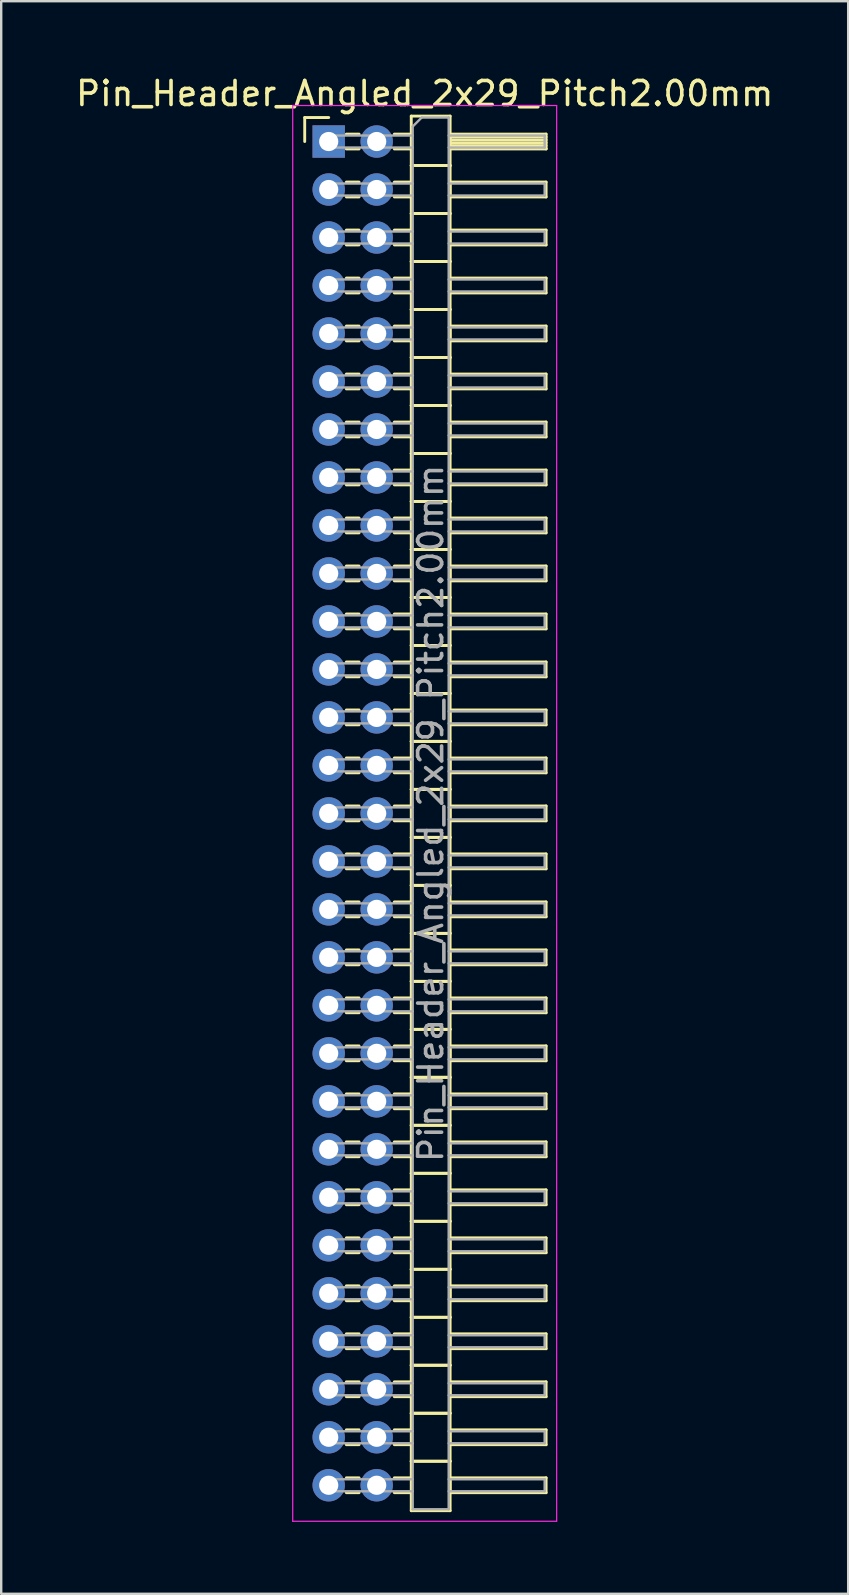
<source format=kicad_pcb>
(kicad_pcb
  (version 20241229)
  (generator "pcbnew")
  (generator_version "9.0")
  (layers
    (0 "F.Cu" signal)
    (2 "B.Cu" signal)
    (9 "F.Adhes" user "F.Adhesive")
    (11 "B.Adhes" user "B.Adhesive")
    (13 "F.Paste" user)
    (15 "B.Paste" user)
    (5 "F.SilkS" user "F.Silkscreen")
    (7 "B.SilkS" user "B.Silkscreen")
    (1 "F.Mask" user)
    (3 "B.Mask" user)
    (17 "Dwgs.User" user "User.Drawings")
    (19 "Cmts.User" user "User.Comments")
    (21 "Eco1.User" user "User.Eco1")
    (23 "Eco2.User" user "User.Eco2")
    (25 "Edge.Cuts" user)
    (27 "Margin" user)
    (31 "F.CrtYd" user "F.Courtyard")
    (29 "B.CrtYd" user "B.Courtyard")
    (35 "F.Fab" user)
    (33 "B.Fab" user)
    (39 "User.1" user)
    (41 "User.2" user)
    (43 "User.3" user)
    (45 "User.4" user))
  (footprint "Pin_Header_Angled_2x29_Pitch2.00mm"
    (layer "F.Cu")
    (at 10.649 2.848)
    (property "Reference" "Pin_Header_Angled_2x29_Pitch2.00mm" (at 4 -2 0) (layer "F.SilkS") (effects (font (size 1 1) (thickness 0.15))))
    (attr through_hole)
    (fp_line (start -1 -1) (end 0 -1) (stroke (width 0.12) (type solid)) (layer "F.SilkS"))
    (fp_line (start -1 0) (end -1 -1) (stroke (width 0.12) (type solid)) (layer "F.SilkS"))
    (fp_line (start 0.735 -0.31) (end 1.265 -0.31) (stroke (width 0.12) (type solid)) (layer "F.SilkS"))
    (fp_line (start 0.735 0.31) (end 1.265 0.31) (stroke (width 0.12) (type solid)) (layer "F.SilkS"))
    (fp_line (start 0.735 1.69) (end 1.265 1.69) (stroke (width 0.12) (type solid)) (layer "F.SilkS"))
    (fp_line (start 0.735 2.31) (end 1.265 2.31) (stroke (width 0.12) (type solid)) (layer "F.SilkS"))
    (fp_line (start 0.735 3.69) (end 1.265 3.69) (stroke (width 0.12) (type solid)) (layer "F.SilkS"))
    (fp_line (start 0.735 4.31) (end 1.265 4.31) (stroke (width 0.12) (type solid)) (layer "F.SilkS"))
    (fp_line (start 0.735 5.69) (end 1.265 5.69) (stroke (width 0.12) (type solid)) (layer "F.SilkS"))
    (fp_line (start 0.735 6.31) (end 1.265 6.31) (stroke (width 0.12) (type solid)) (layer "F.SilkS"))
    (fp_line (start 0.735 7.69) (end 1.265 7.69) (stroke (width 0.12) (type solid)) (layer "F.SilkS"))
    (fp_line (start 0.735 8.31) (end 1.265 8.31) (stroke (width 0.12) (type solid)) (layer "F.SilkS"))
    (fp_line (start 0.735 9.69) (end 1.265 9.69) (stroke (width 0.12) (type solid)) (layer "F.SilkS"))
    (fp_line (start 0.735 10.31) (end 1.265 10.31) (stroke (width 0.12) (type solid)) (layer "F.SilkS"))
    (fp_line (start 0.735 11.69) (end 1.265 11.69) (stroke (width 0.12) (type solid)) (layer "F.SilkS"))
    (fp_line (start 0.735 12.31) (end 1.265 12.31) (stroke (width 0.12) (type solid)) (layer "F.SilkS"))
    (fp_line (start 0.735 13.69) (end 1.265 13.69) (stroke (width 0.12) (type solid)) (layer "F.SilkS"))
    (fp_line (start 0.735 14.31) (end 1.265 14.31) (stroke (width 0.12) (type solid)) (layer "F.SilkS"))
    (fp_line (start 0.735 15.69) (end 1.265 15.69) (stroke (width 0.12) (type solid)) (layer "F.SilkS"))
    (fp_line (start 0.735 16.31) (end 1.265 16.31) (stroke (width 0.12) (type solid)) (layer "F.SilkS"))
    (fp_line (start 0.735 17.69) (end 1.265 17.69) (stroke (width 0.12) (type solid)) (layer "F.SilkS"))
    (fp_line (start 0.735 18.31) (end 1.265 18.31) (stroke (width 0.12) (type solid)) (layer "F.SilkS"))
    (fp_line (start 0.735 19.69) (end 1.265 19.69) (stroke (width 0.12) (type solid)) (layer "F.SilkS"))
    (fp_line (start 0.735 20.31) (end 1.265 20.31) (stroke (width 0.12) (type solid)) (layer "F.SilkS"))
    (fp_line (start 0.735 21.69) (end 1.265 21.69) (stroke (width 0.12) (type solid)) (layer "F.SilkS"))
    (fp_line (start 0.735 22.31) (end 1.265 22.31) (stroke (width 0.12) (type solid)) (layer "F.SilkS"))
    (fp_line (start 0.735 23.69) (end 1.265 23.69) (stroke (width 0.12) (type solid)) (layer "F.SilkS"))
    (fp_line (start 0.735 24.31) (end 1.265 24.31) (stroke (width 0.12) (type solid)) (layer "F.SilkS"))
    (fp_line (start 0.735 25.69) (end 1.265 25.69) (stroke (width 0.12) (type solid)) (layer "F.SilkS"))
    (fp_line (start 0.735 26.31) (end 1.265 26.31) (stroke (width 0.12) (type solid)) (layer "F.SilkS"))
    (fp_line (start 0.735 27.69) (end 1.265 27.69) (stroke (width 0.12) (type solid)) (layer "F.SilkS"))
    (fp_line (start 0.735 28.31) (end 1.265 28.31) (stroke (width 0.12) (type solid)) (layer "F.SilkS"))
    (fp_line (start 0.735 29.69) (end 1.265 29.69) (stroke (width 0.12) (type solid)) (layer "F.SilkS"))
    (fp_line (start 0.735 30.31) (end 1.265 30.31) (stroke (width 0.12) (type solid)) (layer "F.SilkS"))
    (fp_line (start 0.735 31.69) (end 1.265 31.69) (stroke (width 0.12) (type solid)) (layer "F.SilkS"))
    (fp_line (start 0.735 32.31) (end 1.265 32.31) (stroke (width 0.12) (type solid)) (layer "F.SilkS"))
    (fp_line (start 0.735 33.69) (end 1.265 33.69) (stroke (width 0.12) (type solid)) (layer "F.SilkS"))
    (fp_line (start 0.735 34.31) (end 1.265 34.31) (stroke (width 0.12) (type solid)) (layer "F.SilkS"))
    (fp_line (start 0.735 35.69) (end 1.265 35.69) (stroke (width 0.12) (type solid)) (layer "F.SilkS"))
    (fp_line (start 0.735 36.31) (end 1.265 36.31) (stroke (width 0.12) (type solid)) (layer "F.SilkS"))
    (fp_line (start 0.735 37.69) (end 1.265 37.69) (stroke (width 0.12) (type solid)) (layer "F.SilkS"))
    (fp_line (start 0.735 38.31) (end 1.265 38.31) (stroke (width 0.12) (type solid)) (layer "F.SilkS"))
    (fp_line (start 0.735 39.69) (end 1.265 39.69) (stroke (width 0.12) (type solid)) (layer "F.SilkS"))
    (fp_line (start 0.735 40.31) (end 1.265 40.31) (stroke (width 0.12) (type solid)) (layer "F.SilkS"))
    (fp_line (start 0.735 41.69) (end 1.265 41.69) (stroke (width 0.12) (type solid)) (layer "F.SilkS"))
    (fp_line (start 0.735 42.31) (end 1.265 42.31) (stroke (width 0.12) (type solid)) (layer "F.SilkS"))
    (fp_line (start 0.735 43.69) (end 1.265 43.69) (stroke (width 0.12) (type solid)) (layer "F.SilkS"))
    (fp_line (start 0.735 44.31) (end 1.265 44.31) (stroke (width 0.12) (type solid)) (layer "F.SilkS"))
    (fp_line (start 0.735 45.69) (end 1.265 45.69) (stroke (width 0.12) (type solid)) (layer "F.SilkS"))
    (fp_line (start 0.735 46.31) (end 1.265 46.31) (stroke (width 0.12) (type solid)) (layer "F.SilkS"))
    (fp_line (start 0.735 47.69) (end 1.265 47.69) (stroke (width 0.12) (type solid)) (layer "F.SilkS"))
    (fp_line (start 0.735 48.31) (end 1.265 48.31) (stroke (width 0.12) (type solid)) (layer "F.SilkS"))
    (fp_line (start 0.735 49.69) (end 1.265 49.69) (stroke (width 0.12) (type solid)) (layer "F.SilkS"))
    (fp_line (start 0.735 50.31) (end 1.265 50.31) (stroke (width 0.12) (type solid)) (layer "F.SilkS"))
    (fp_line (start 0.735 51.69) (end 1.265 51.69) (stroke (width 0.12) (type solid)) (layer "F.SilkS"))
    (fp_line (start 0.735 52.31) (end 1.265 52.31) (stroke (width 0.12) (type solid)) (layer "F.SilkS"))
    (fp_line (start 0.735 53.69) (end 1.265 53.69) (stroke (width 0.12) (type solid)) (layer "F.SilkS"))
    (fp_line (start 0.735 54.31) (end 1.265 54.31) (stroke (width 0.12) (type solid)) (layer "F.SilkS"))
    (fp_line (start 0.735 55.69) (end 1.265 55.69) (stroke (width 0.12) (type solid)) (layer "F.SilkS"))
    (fp_line (start 0.735 56.31) (end 1.265 56.31) (stroke (width 0.12) (type solid)) (layer "F.SilkS"))
    (fp_line (start 2.735 -0.31) (end 3.44 -0.31) (stroke (width 0.12) (type solid)) (layer "F.SilkS"))
    (fp_line (start 2.735 0.31) (end 3.44 0.31) (stroke (width 0.12) (type solid)) (layer "F.SilkS"))
    (fp_line (start 2.735 1.69) (end 3.44 1.69) (stroke (width 0.12) (type solid)) (layer "F.SilkS"))
    (fp_line (start 2.735 2.31) (end 3.44 2.31) (stroke (width 0.12) (type solid)) (layer "F.SilkS"))
    (fp_line (start 2.735 3.69) (end 3.44 3.69) (stroke (width 0.12) (type solid)) (layer "F.SilkS"))
    (fp_line (start 2.735 4.31) (end 3.44 4.31) (stroke (width 0.12) (type solid)) (layer "F.SilkS"))
    (fp_line (start 2.735 5.69) (end 3.44 5.69) (stroke (width 0.12) (type solid)) (layer "F.SilkS"))
    (fp_line (start 2.735 6.31) (end 3.44 6.31) (stroke (width 0.12) (type solid)) (layer "F.SilkS"))
    (fp_line (start 2.735 7.69) (end 3.44 7.69) (stroke (width 0.12) (type solid)) (layer "F.SilkS"))
    (fp_line (start 2.735 8.31) (end 3.44 8.31) (stroke (width 0.12) (type solid)) (layer "F.SilkS"))
    (fp_line (start 2.735 9.69) (end 3.44 9.69) (stroke (width 0.12) (type solid)) (layer "F.SilkS"))
    (fp_line (start 2.735 10.31) (end 3.44 10.31) (stroke (width 0.12) (type solid)) (layer "F.SilkS"))
    (fp_line (start 2.735 11.69) (end 3.44 11.69) (stroke (width 0.12) (type solid)) (layer "F.SilkS"))
    (fp_line (start 2.735 12.31) (end 3.44 12.31) (stroke (width 0.12) (type solid)) (layer "F.SilkS"))
    (fp_line (start 2.735 13.69) (end 3.44 13.69) (stroke (width 0.12) (type solid)) (layer "F.SilkS"))
    (fp_line (start 2.735 14.31) (end 3.44 14.31) (stroke (width 0.12) (type solid)) (layer "F.SilkS"))
    (fp_line (start 2.735 15.69) (end 3.44 15.69) (stroke (width 0.12) (type solid)) (layer "F.SilkS"))
    (fp_line (start 2.735 16.31) (end 3.44 16.31) (stroke (width 0.12) (type solid)) (layer "F.SilkS"))
    (fp_line (start 2.735 17.69) (end 3.44 17.69) (stroke (width 0.12) (type solid)) (layer "F.SilkS"))
    (fp_line (start 2.735 18.31) (end 3.44 18.31) (stroke (width 0.12) (type solid)) (layer "F.SilkS"))
    (fp_line (start 2.735 19.69) (end 3.44 19.69) (stroke (width 0.12) (type solid)) (layer "F.SilkS"))
    (fp_line (start 2.735 20.31) (end 3.44 20.31) (stroke (width 0.12) (type solid)) (layer "F.SilkS"))
    (fp_line (start 2.735 21.69) (end 3.44 21.69) (stroke (width 0.12) (type solid)) (layer "F.SilkS"))
    (fp_line (start 2.735 22.31) (end 3.44 22.31) (stroke (width 0.12) (type solid)) (layer "F.SilkS"))
    (fp_line (start 2.735 23.69) (end 3.44 23.69) (stroke (width 0.12) (type solid)) (layer "F.SilkS"))
    (fp_line (start 2.735 24.31) (end 3.44 24.31) (stroke (width 0.12) (type solid)) (layer "F.SilkS"))
    (fp_line (start 2.735 25.69) (end 3.44 25.69) (stroke (width 0.12) (type solid)) (layer "F.SilkS"))
    (fp_line (start 2.735 26.31) (end 3.44 26.31) (stroke (width 0.12) (type solid)) (layer "F.SilkS"))
    (fp_line (start 2.735 27.69) (end 3.44 27.69) (stroke (width 0.12) (type solid)) (layer "F.SilkS"))
    (fp_line (start 2.735 28.31) (end 3.44 28.31) (stroke (width 0.12) (type solid)) (layer "F.SilkS"))
    (fp_line (start 2.735 29.69) (end 3.44 29.69) (stroke (width 0.12) (type solid)) (layer "F.SilkS"))
    (fp_line (start 2.735 30.31) (end 3.44 30.31) (stroke (width 0.12) (type solid)) (layer "F.SilkS"))
    (fp_line (start 2.735 31.69) (end 3.44 31.69) (stroke (width 0.12) (type solid)) (layer "F.SilkS"))
    (fp_line (start 2.735 32.31) (end 3.44 32.31) (stroke (width 0.12) (type solid)) (layer "F.SilkS"))
    (fp_line (start 2.735 33.69) (end 3.44 33.69) (stroke (width 0.12) (type solid)) (layer "F.SilkS"))
    (fp_line (start 2.735 34.31) (end 3.44 34.31) (stroke (width 0.12) (type solid)) (layer "F.SilkS"))
    (fp_line (start 2.735 35.69) (end 3.44 35.69) (stroke (width 0.12) (type solid)) (layer "F.SilkS"))
    (fp_line (start 2.735 36.31) (end 3.44 36.31) (stroke (width 0.12) (type solid)) (layer "F.SilkS"))
    (fp_line (start 2.735 37.69) (end 3.44 37.69) (stroke (width 0.12) (type solid)) (layer "F.SilkS"))
    (fp_line (start 2.735 38.31) (end 3.44 38.31) (stroke (width 0.12) (type solid)) (layer "F.SilkS"))
    (fp_line (start 2.735 39.69) (end 3.44 39.69) (stroke (width 0.12) (type solid)) (layer "F.SilkS"))
    (fp_line (start 2.735 40.31) (end 3.44 40.31) (stroke (width 0.12) (type solid)) (layer "F.SilkS"))
    (fp_line (start 2.735 41.69) (end 3.44 41.69) (stroke (width 0.12) (type solid)) (layer "F.SilkS"))
    (fp_line (start 2.735 42.31) (end 3.44 42.31) (stroke (width 0.12) (type solid)) (layer "F.SilkS"))
    (fp_line (start 2.735 43.69) (end 3.44 43.69) (stroke (width 0.12) (type solid)) (layer "F.SilkS"))
    (fp_line (start 2.735 44.31) (end 3.44 44.31) (stroke (width 0.12) (type solid)) (layer "F.SilkS"))
    (fp_line (start 2.735 45.69) (end 3.44 45.69) (stroke (width 0.12) (type solid)) (layer "F.SilkS"))
    (fp_line (start 2.735 46.31) (end 3.44 46.31) (stroke (width 0.12) (type solid)) (layer "F.SilkS"))
    (fp_line (start 2.735 47.69) (end 3.44 47.69) (stroke (width 0.12) (type solid)) (layer "F.SilkS"))
    (fp_line (start 2.735 48.31) (end 3.44 48.31) (stroke (width 0.12) (type solid)) (layer "F.SilkS"))
    (fp_line (start 2.735 49.69) (end 3.44 49.69) (stroke (width 0.12) (type solid)) (layer "F.SilkS"))
    (fp_line (start 2.735 50.31) (end 3.44 50.31) (stroke (width 0.12) (type solid)) (layer "F.SilkS"))
    (fp_line (start 2.735 51.69) (end 3.44 51.69) (stroke (width 0.12) (type solid)) (layer "F.SilkS"))
    (fp_line (start 2.735 52.31) (end 3.44 52.31) (stroke (width 0.12) (type solid)) (layer "F.SilkS"))
    (fp_line (start 2.735 53.69) (end 3.44 53.69) (stroke (width 0.12) (type solid)) (layer "F.SilkS"))
    (fp_line (start 2.735 54.31) (end 3.44 54.31) (stroke (width 0.12) (type solid)) (layer "F.SilkS"))
    (fp_line (start 2.735 55.69) (end 3.44 55.69) (stroke (width 0.12) (type solid)) (layer "F.SilkS"))
    (fp_line (start 2.735 56.31) (end 3.44 56.31) (stroke (width 0.12) (type solid)) (layer "F.SilkS"))
    (fp_line (start 3.44 -1.06) (end 3.44 1) (stroke (width 0.12) (type solid)) (layer "F.SilkS"))
    (fp_line (start 3.44 1) (end 3.44 3) (stroke (width 0.12) (type solid)) (layer "F.SilkS"))
    (fp_line (start 3.44 1) (end 5.06 1) (stroke (width 0.12) (type solid)) (layer "F.SilkS"))
    (fp_line (start 3.44 3) (end 3.44 5) (stroke (width 0.12) (type solid)) (layer "F.SilkS"))
    (fp_line (start 3.44 3) (end 5.06 3) (stroke (width 0.12) (type solid)) (layer "F.SilkS"))
    (fp_line (start 3.44 5) (end 3.44 7) (stroke (width 0.12) (type solid)) (layer "F.SilkS"))
    (fp_line (start 3.44 5) (end 5.06 5) (stroke (width 0.12) (type solid)) (layer "F.SilkS"))
    (fp_line (start 3.44 7) (end 3.44 9) (stroke (width 0.12) (type solid)) (layer "F.SilkS"))
    (fp_line (start 3.44 7) (end 5.06 7) (stroke (width 0.12) (type solid)) (layer "F.SilkS"))
    (fp_line (start 3.44 9) (end 3.44 11) (stroke (width 0.12) (type solid)) (layer "F.SilkS"))
    (fp_line (start 3.44 9) (end 5.06 9) (stroke (width 0.12) (type solid)) (layer "F.SilkS"))
    (fp_line (start 3.44 11) (end 3.44 13) (stroke (width 0.12) (type solid)) (layer "F.SilkS"))
    (fp_line (start 3.44 11) (end 5.06 11) (stroke (width 0.12) (type solid)) (layer "F.SilkS"))
    (fp_line (start 3.44 13) (end 3.44 15) (stroke (width 0.12) (type solid)) (layer "F.SilkS"))
    (fp_line (start 3.44 13) (end 5.06 13) (stroke (width 0.12) (type solid)) (layer "F.SilkS"))
    (fp_line (start 3.44 15) (end 3.44 17) (stroke (width 0.12) (type solid)) (layer "F.SilkS"))
    (fp_line (start 3.44 15) (end 5.06 15) (stroke (width 0.12) (type solid)) (layer "F.SilkS"))
    (fp_line (start 3.44 17) (end 3.44 19) (stroke (width 0.12) (type solid)) (layer "F.SilkS"))
    (fp_line (start 3.44 17) (end 5.06 17) (stroke (width 0.12) (type solid)) (layer "F.SilkS"))
    (fp_line (start 3.44 19) (end 3.44 21) (stroke (width 0.12) (type solid)) (layer "F.SilkS"))
    (fp_line (start 3.44 19) (end 5.06 19) (stroke (width 0.12) (type solid)) (layer "F.SilkS"))
    (fp_line (start 3.44 21) (end 3.44 23) (stroke (width 0.12) (type solid)) (layer "F.SilkS"))
    (fp_line (start 3.44 21) (end 5.06 21) (stroke (width 0.12) (type solid)) (layer "F.SilkS"))
    (fp_line (start 3.44 23) (end 3.44 25) (stroke (width 0.12) (type solid)) (layer "F.SilkS"))
    (fp_line (start 3.44 23) (end 5.06 23) (stroke (width 0.12) (type solid)) (layer "F.SilkS"))
    (fp_line (start 3.44 25) (end 3.44 27) (stroke (width 0.12) (type solid)) (layer "F.SilkS"))
    (fp_line (start 3.44 25) (end 5.06 25) (stroke (width 0.12) (type solid)) (layer "F.SilkS"))
    (fp_line (start 3.44 27) (end 3.44 29) (stroke (width 0.12) (type solid)) (layer "F.SilkS"))
    (fp_line (start 3.44 27) (end 5.06 27) (stroke (width 0.12) (type solid)) (layer "F.SilkS"))
    (fp_line (start 3.44 29) (end 3.44 31) (stroke (width 0.12) (type solid)) (layer "F.SilkS"))
    (fp_line (start 3.44 29) (end 5.06 29) (stroke (width 0.12) (type solid)) (layer "F.SilkS"))
    (fp_line (start 3.44 31) (end 3.44 33) (stroke (width 0.12) (type solid)) (layer "F.SilkS"))
    (fp_line (start 3.44 31) (end 5.06 31) (stroke (width 0.12) (type solid)) (layer "F.SilkS"))
    (fp_line (start 3.44 33) (end 3.44 35) (stroke (width 0.12) (type solid)) (layer "F.SilkS"))
    (fp_line (start 3.44 33) (end 5.06 33) (stroke (width 0.12) (type solid)) (layer "F.SilkS"))
    (fp_line (start 3.44 35) (end 3.44 37) (stroke (width 0.12) (type solid)) (layer "F.SilkS"))
    (fp_line (start 3.44 35) (end 5.06 35) (stroke (width 0.12) (type solid)) (layer "F.SilkS"))
    (fp_line (start 3.44 37) (end 3.44 39) (stroke (width 0.12) (type solid)) (layer "F.SilkS"))
    (fp_line (start 3.44 37) (end 5.06 37) (stroke (width 0.12) (type solid)) (layer "F.SilkS"))
    (fp_line (start 3.44 39) (end 3.44 41) (stroke (width 0.12) (type solid)) (layer "F.SilkS"))
    (fp_line (start 3.44 39) (end 5.06 39) (stroke (width 0.12) (type solid)) (layer "F.SilkS"))
    (fp_line (start 3.44 41) (end 3.44 43) (stroke (width 0.12) (type solid)) (layer "F.SilkS"))
    (fp_line (start 3.44 41) (end 5.06 41) (stroke (width 0.12) (type solid)) (layer "F.SilkS"))
    (fp_line (start 3.44 43) (end 3.44 45) (stroke (width 0.12) (type solid)) (layer "F.SilkS"))
    (fp_line (start 3.44 43) (end 5.06 43) (stroke (width 0.12) (type solid)) (layer "F.SilkS"))
    (fp_line (start 3.44 45) (end 3.44 47) (stroke (width 0.12) (type solid)) (layer "F.SilkS"))
    (fp_line (start 3.44 45) (end 5.06 45) (stroke (width 0.12) (type solid)) (layer "F.SilkS"))
    (fp_line (start 3.44 47) (end 3.44 49) (stroke (width 0.12) (type solid)) (layer "F.SilkS"))
    (fp_line (start 3.44 47) (end 5.06 47) (stroke (width 0.12) (type solid)) (layer "F.SilkS"))
    (fp_line (start 3.44 49) (end 3.44 51) (stroke (width 0.12) (type solid)) (layer "F.SilkS"))
    (fp_line (start 3.44 49) (end 5.06 49) (stroke (width 0.12) (type solid)) (layer "F.SilkS"))
    (fp_line (start 3.44 51) (end 3.44 53) (stroke (width 0.12) (type solid)) (layer "F.SilkS"))
    (fp_line (start 3.44 51) (end 5.06 51) (stroke (width 0.12) (type solid)) (layer "F.SilkS"))
    (fp_line (start 3.44 53) (end 3.44 55) (stroke (width 0.12) (type solid)) (layer "F.SilkS"))
    (fp_line (start 3.44 53) (end 5.06 53) (stroke (width 0.12) (type solid)) (layer "F.SilkS"))
    (fp_line (start 3.44 55) (end 3.44 57.06) (stroke (width 0.12) (type solid)) (layer "F.SilkS"))
    (fp_line (start 3.44 55) (end 5.06 55) (stroke (width 0.12) (type solid)) (layer "F.SilkS"))
    (fp_line (start 3.44 57.06) (end 5.06 57.06) (stroke (width 0.12) (type solid)) (layer "F.SilkS"))
    (fp_line (start 5.06 -1.06) (end 3.44 -1.06) (stroke (width 0.12) (type solid)) (layer "F.SilkS"))
    (fp_line (start 5.06 -0.31) (end 5.06 0.31) (stroke (width 0.12) (type solid)) (layer "F.SilkS"))
    (fp_line (start 5.06 -0.19) (end 9.06 -0.19) (stroke (width 0.12) (type solid)) (layer "F.SilkS"))
    (fp_line (start 5.06 -0.07) (end 9.06 -0.07) (stroke (width 0.12) (type solid)) (layer "F.SilkS"))
    (fp_line (start 5.06 0.05) (end 9.06 0.05) (stroke (width 0.12) (type solid)) (layer "F.SilkS"))
    (fp_line (start 5.06 0.17) (end 9.06 0.17) (stroke (width 0.12) (type solid)) (layer "F.SilkS"))
    (fp_line (start 5.06 0.29) (end 9.06 0.29) (stroke (width 0.12) (type solid)) (layer "F.SilkS"))
    (fp_line (start 5.06 0.31) (end 9.06 0.31) (stroke (width 0.12) (type solid)) (layer "F.SilkS"))
    (fp_line (start 5.06 1) (end 3.44 1) (stroke (width 0.12) (type solid)) (layer "F.SilkS"))
    (fp_line (start 5.06 1) (end 5.06 -1.06) (stroke (width 0.12) (type solid)) (layer "F.SilkS"))
    (fp_line (start 5.06 1.69) (end 5.06 2.31) (stroke (width 0.12) (type solid)) (layer "F.SilkS"))
    (fp_line (start 5.06 2.31) (end 9.06 2.31) (stroke (width 0.12) (type solid)) (layer "F.SilkS"))
    (fp_line (start 5.06 3) (end 3.44 3) (stroke (width 0.12) (type solid)) (layer "F.SilkS"))
    (fp_line (start 5.06 3) (end 5.06 1) (stroke (width 0.12) (type solid)) (layer "F.SilkS"))
    (fp_line (start 5.06 3.69) (end 5.06 4.31) (stroke (width 0.12) (type solid)) (layer "F.SilkS"))
    (fp_line (start 5.06 4.31) (end 9.06 4.31) (stroke (width 0.12) (type solid)) (layer "F.SilkS"))
    (fp_line (start 5.06 5) (end 3.44 5) (stroke (width 0.12) (type solid)) (layer "F.SilkS"))
    (fp_line (start 5.06 5) (end 5.06 3) (stroke (width 0.12) (type solid)) (layer "F.SilkS"))
    (fp_line (start 5.06 5.69) (end 5.06 6.31) (stroke (width 0.12) (type solid)) (layer "F.SilkS"))
    (fp_line (start 5.06 6.31) (end 9.06 6.31) (stroke (width 0.12) (type solid)) (layer "F.SilkS"))
    (fp_line (start 5.06 7) (end 3.44 7) (stroke (width 0.12) (type solid)) (layer "F.SilkS"))
    (fp_line (start 5.06 7) (end 5.06 5) (stroke (width 0.12) (type solid)) (layer "F.SilkS"))
    (fp_line (start 5.06 7.69) (end 5.06 8.31) (stroke (width 0.12) (type solid)) (layer "F.SilkS"))
    (fp_line (start 5.06 8.31) (end 9.06 8.31) (stroke (width 0.12) (type solid)) (layer "F.SilkS"))
    (fp_line (start 5.06 9) (end 3.44 9) (stroke (width 0.12) (type solid)) (layer "F.SilkS"))
    (fp_line (start 5.06 9) (end 5.06 7) (stroke (width 0.12) (type solid)) (layer "F.SilkS"))
    (fp_line (start 5.06 9.69) (end 5.06 10.31) (stroke (width 0.12) (type solid)) (layer "F.SilkS"))
    (fp_line (start 5.06 10.31) (end 9.06 10.31) (stroke (width 0.12) (type solid)) (layer "F.SilkS"))
    (fp_line (start 5.06 11) (end 3.44 11) (stroke (width 0.12) (type solid)) (layer "F.SilkS"))
    (fp_line (start 5.06 11) (end 5.06 9) (stroke (width 0.12) (type solid)) (layer "F.SilkS"))
    (fp_line (start 5.06 11.69) (end 5.06 12.31) (stroke (width 0.12) (type solid)) (layer "F.SilkS"))
    (fp_line (start 5.06 12.31) (end 9.06 12.31) (stroke (width 0.12) (type solid)) (layer "F.SilkS"))
    (fp_line (start 5.06 13) (end 3.44 13) (stroke (width 0.12) (type solid)) (layer "F.SilkS"))
    (fp_line (start 5.06 13) (end 5.06 11) (stroke (width 0.12) (type solid)) (layer "F.SilkS"))
    (fp_line (start 5.06 13.69) (end 5.06 14.31) (stroke (width 0.12) (type solid)) (layer "F.SilkS"))
    (fp_line (start 5.06 14.31) (end 9.06 14.31) (stroke (width 0.12) (type solid)) (layer "F.SilkS"))
    (fp_line (start 5.06 15) (end 3.44 15) (stroke (width 0.12) (type solid)) (layer "F.SilkS"))
    (fp_line (start 5.06 15) (end 5.06 13) (stroke (width 0.12) (type solid)) (layer "F.SilkS"))
    (fp_line (start 5.06 15.69) (end 5.06 16.31) (stroke (width 0.12) (type solid)) (layer "F.SilkS"))
    (fp_line (start 5.06 16.31) (end 9.06 16.31) (stroke (width 0.12) (type solid)) (layer "F.SilkS"))
    (fp_line (start 5.06 17) (end 3.44 17) (stroke (width 0.12) (type solid)) (layer "F.SilkS"))
    (fp_line (start 5.06 17) (end 5.06 15) (stroke (width 0.12) (type solid)) (layer "F.SilkS"))
    (fp_line (start 5.06 17.69) (end 5.06 18.31) (stroke (width 0.12) (type solid)) (layer "F.SilkS"))
    (fp_line (start 5.06 18.31) (end 9.06 18.31) (stroke (width 0.12) (type solid)) (layer "F.SilkS"))
    (fp_line (start 5.06 19) (end 3.44 19) (stroke (width 0.12) (type solid)) (layer "F.SilkS"))
    (fp_line (start 5.06 19) (end 5.06 17) (stroke (width 0.12) (type solid)) (layer "F.SilkS"))
    (fp_line (start 5.06 19.69) (end 5.06 20.31) (stroke (width 0.12) (type solid)) (layer "F.SilkS"))
    (fp_line (start 5.06 20.31) (end 9.06 20.31) (stroke (width 0.12) (type solid)) (layer "F.SilkS"))
    (fp_line (start 5.06 21) (end 3.44 21) (stroke (width 0.12) (type solid)) (layer "F.SilkS"))
    (fp_line (start 5.06 21) (end 5.06 19) (stroke (width 0.12) (type solid)) (layer "F.SilkS"))
    (fp_line (start 5.06 21.69) (end 5.06 22.31) (stroke (width 0.12) (type solid)) (layer "F.SilkS"))
    (fp_line (start 5.06 22.31) (end 9.06 22.31) (stroke (width 0.12) (type solid)) (layer "F.SilkS"))
    (fp_line (start 5.06 23) (end 3.44 23) (stroke (width 0.12) (type solid)) (layer "F.SilkS"))
    (fp_line (start 5.06 23) (end 5.06 21) (stroke (width 0.12) (type solid)) (layer "F.SilkS"))
    (fp_line (start 5.06 23.69) (end 5.06 24.31) (stroke (width 0.12) (type solid)) (layer "F.SilkS"))
    (fp_line (start 5.06 24.31) (end 9.06 24.31) (stroke (width 0.12) (type solid)) (layer "F.SilkS"))
    (fp_line (start 5.06 25) (end 3.44 25) (stroke (width 0.12) (type solid)) (layer "F.SilkS"))
    (fp_line (start 5.06 25) (end 5.06 23) (stroke (width 0.12) (type solid)) (layer "F.SilkS"))
    (fp_line (start 5.06 25.69) (end 5.06 26.31) (stroke (width 0.12) (type solid)) (layer "F.SilkS"))
    (fp_line (start 5.06 26.31) (end 9.06 26.31) (stroke (width 0.12) (type solid)) (layer "F.SilkS"))
    (fp_line (start 5.06 27) (end 3.44 27) (stroke (width 0.12) (type solid)) (layer "F.SilkS"))
    (fp_line (start 5.06 27) (end 5.06 25) (stroke (width 0.12) (type solid)) (layer "F.SilkS"))
    (fp_line (start 5.06 27.69) (end 5.06 28.31) (stroke (width 0.12) (type solid)) (layer "F.SilkS"))
    (fp_line (start 5.06 28.31) (end 9.06 28.31) (stroke (width 0.12) (type solid)) (layer "F.SilkS"))
    (fp_line (start 5.06 29) (end 3.44 29) (stroke (width 0.12) (type solid)) (layer "F.SilkS"))
    (fp_line (start 5.06 29) (end 5.06 27) (stroke (width 0.12) (type solid)) (layer "F.SilkS"))
    (fp_line (start 5.06 29.69) (end 5.06 30.31) (stroke (width 0.12) (type solid)) (layer "F.SilkS"))
    (fp_line (start 5.06 30.31) (end 9.06 30.31) (stroke (width 0.12) (type solid)) (layer "F.SilkS"))
    (fp_line (start 5.06 31) (end 3.44 31) (stroke (width 0.12) (type solid)) (layer "F.SilkS"))
    (fp_line (start 5.06 31) (end 5.06 29) (stroke (width 0.12) (type solid)) (layer "F.SilkS"))
    (fp_line (start 5.06 31.69) (end 5.06 32.31) (stroke (width 0.12) (type solid)) (layer "F.SilkS"))
    (fp_line (start 5.06 32.31) (end 9.06 32.31) (stroke (width 0.12) (type solid)) (layer "F.SilkS"))
    (fp_line (start 5.06 33) (end 3.44 33) (stroke (width 0.12) (type solid)) (layer "F.SilkS"))
    (fp_line (start 5.06 33) (end 5.06 31) (stroke (width 0.12) (type solid)) (layer "F.SilkS"))
    (fp_line (start 5.06 33.69) (end 5.06 34.31) (stroke (width 0.12) (type solid)) (layer "F.SilkS"))
    (fp_line (start 5.06 34.31) (end 9.06 34.31) (stroke (width 0.12) (type solid)) (layer "F.SilkS"))
    (fp_line (start 5.06 35) (end 3.44 35) (stroke (width 0.12) (type solid)) (layer "F.SilkS"))
    (fp_line (start 5.06 35) (end 5.06 33) (stroke (width 0.12) (type solid)) (layer "F.SilkS"))
    (fp_line (start 5.06 35.69) (end 5.06 36.31) (stroke (width 0.12) (type solid)) (layer "F.SilkS"))
    (fp_line (start 5.06 36.31) (end 9.06 36.31) (stroke (width 0.12) (type solid)) (layer "F.SilkS"))
    (fp_line (start 5.06 37) (end 3.44 37) (stroke (width 0.12) (type solid)) (layer "F.SilkS"))
    (fp_line (start 5.06 37) (end 5.06 35) (stroke (width 0.12) (type solid)) (layer "F.SilkS"))
    (fp_line (start 5.06 37.69) (end 5.06 38.31) (stroke (width 0.12) (type solid)) (layer "F.SilkS"))
    (fp_line (start 5.06 38.31) (end 9.06 38.31) (stroke (width 0.12) (type solid)) (layer "F.SilkS"))
    (fp_line (start 5.06 39) (end 3.44 39) (stroke (width 0.12) (type solid)) (layer "F.SilkS"))
    (fp_line (start 5.06 39) (end 5.06 37) (stroke (width 0.12) (type solid)) (layer "F.SilkS"))
    (fp_line (start 5.06 39.69) (end 5.06 40.31) (stroke (width 0.12) (type solid)) (layer "F.SilkS"))
    (fp_line (start 5.06 40.31) (end 9.06 40.31) (stroke (width 0.12) (type solid)) (layer "F.SilkS"))
    (fp_line (start 5.06 41) (end 3.44 41) (stroke (width 0.12) (type solid)) (layer "F.SilkS"))
    (fp_line (start 5.06 41) (end 5.06 39) (stroke (width 0.12) (type solid)) (layer "F.SilkS"))
    (fp_line (start 5.06 41.69) (end 5.06 42.31) (stroke (width 0.12) (type solid)) (layer "F.SilkS"))
    (fp_line (start 5.06 42.31) (end 9.06 42.31) (stroke (width 0.12) (type solid)) (layer "F.SilkS"))
    (fp_line (start 5.06 43) (end 3.44 43) (stroke (width 0.12) (type solid)) (layer "F.SilkS"))
    (fp_line (start 5.06 43) (end 5.06 41) (stroke (width 0.12) (type solid)) (layer "F.SilkS"))
    (fp_line (start 5.06 43.69) (end 5.06 44.31) (stroke (width 0.12) (type solid)) (layer "F.SilkS"))
    (fp_line (start 5.06 44.31) (end 9.06 44.31) (stroke (width 0.12) (type solid)) (layer "F.SilkS"))
    (fp_line (start 5.06 45) (end 3.44 45) (stroke (width 0.12) (type solid)) (layer "F.SilkS"))
    (fp_line (start 5.06 45) (end 5.06 43) (stroke (width 0.12) (type solid)) (layer "F.SilkS"))
    (fp_line (start 5.06 45.69) (end 5.06 46.31) (stroke (width 0.12) (type solid)) (layer "F.SilkS"))
    (fp_line (start 5.06 46.31) (end 9.06 46.31) (stroke (width 0.12) (type solid)) (layer "F.SilkS"))
    (fp_line (start 5.06 47) (end 3.44 47) (stroke (width 0.12) (type solid)) (layer "F.SilkS"))
    (fp_line (start 5.06 47) (end 5.06 45) (stroke (width 0.12) (type solid)) (layer "F.SilkS"))
    (fp_line (start 5.06 47.69) (end 5.06 48.31) (stroke (width 0.12) (type solid)) (layer "F.SilkS"))
    (fp_line (start 5.06 48.31) (end 9.06 48.31) (stroke (width 0.12) (type solid)) (layer "F.SilkS"))
    (fp_line (start 5.06 49) (end 3.44 49) (stroke (width 0.12) (type solid)) (layer "F.SilkS"))
    (fp_line (start 5.06 49) (end 5.06 47) (stroke (width 0.12) (type solid)) (layer "F.SilkS"))
    (fp_line (start 5.06 49.69) (end 5.06 50.31) (stroke (width 0.12) (type solid)) (layer "F.SilkS"))
    (fp_line (start 5.06 50.31) (end 9.06 50.31) (stroke (width 0.12) (type solid)) (layer "F.SilkS"))
    (fp_line (start 5.06 51) (end 3.44 51) (stroke (width 0.12) (type solid)) (layer "F.SilkS"))
    (fp_line (start 5.06 51) (end 5.06 49) (stroke (width 0.12) (type solid)) (layer "F.SilkS"))
    (fp_line (start 5.06 51.69) (end 5.06 52.31) (stroke (width 0.12) (type solid)) (layer "F.SilkS"))
    (fp_line (start 5.06 52.31) (end 9.06 52.31) (stroke (width 0.12) (type solid)) (layer "F.SilkS"))
    (fp_line (start 5.06 53) (end 3.44 53) (stroke (width 0.12) (type solid)) (layer "F.SilkS"))
    (fp_line (start 5.06 53) (end 5.06 51) (stroke (width 0.12) (type solid)) (layer "F.SilkS"))
    (fp_line (start 5.06 53.69) (end 5.06 54.31) (stroke (width 0.12) (type solid)) (layer "F.SilkS"))
    (fp_line (start 5.06 54.31) (end 9.06 54.31) (stroke (width 0.12) (type solid)) (layer "F.SilkS"))
    (fp_line (start 5.06 55) (end 3.44 55) (stroke (width 0.12) (type solid)) (layer "F.SilkS"))
    (fp_line (start 5.06 55) (end 5.06 53) (stroke (width 0.12) (type solid)) (layer "F.SilkS"))
    (fp_line (start 5.06 55.69) (end 5.06 56.31) (stroke (width 0.12) (type solid)) (layer "F.SilkS"))
    (fp_line (start 5.06 56.31) (end 9.06 56.31) (stroke (width 0.12) (type solid)) (layer "F.SilkS"))
    (fp_line (start 5.06 57.06) (end 5.06 55) (stroke (width 0.12) (type solid)) (layer "F.SilkS"))
    (fp_line (start 9.06 -0.31) (end 5.06 -0.31) (stroke (width 0.12) (type solid)) (layer "F.SilkS"))
    (fp_line (start 9.06 0.31) (end 9.06 -0.31) (stroke (width 0.12) (type solid)) (layer "F.SilkS"))
    (fp_line (start 9.06 1.69) (end 5.06 1.69) (stroke (width 0.12) (type solid)) (layer "F.SilkS"))
    (fp_line (start 9.06 2.31) (end 9.06 1.69) (stroke (width 0.12) (type solid)) (layer "F.SilkS"))
    (fp_line (start 9.06 3.69) (end 5.06 3.69) (stroke (width 0.12) (type solid)) (layer "F.SilkS"))
    (fp_line (start 9.06 4.31) (end 9.06 3.69) (stroke (width 0.12) (type solid)) (layer "F.SilkS"))
    (fp_line (start 9.06 5.69) (end 5.06 5.69) (stroke (width 0.12) (type solid)) (layer "F.SilkS"))
    (fp_line (start 9.06 6.31) (end 9.06 5.69) (stroke (width 0.12) (type solid)) (layer "F.SilkS"))
    (fp_line (start 9.06 7.69) (end 5.06 7.69) (stroke (width 0.12) (type solid)) (layer "F.SilkS"))
    (fp_line (start 9.06 8.31) (end 9.06 7.69) (stroke (width 0.12) (type solid)) (layer "F.SilkS"))
    (fp_line (start 9.06 9.69) (end 5.06 9.69) (stroke (width 0.12) (type solid)) (layer "F.SilkS"))
    (fp_line (start 9.06 10.31) (end 9.06 9.69) (stroke (width 0.12) (type solid)) (layer "F.SilkS"))
    (fp_line (start 9.06 11.69) (end 5.06 11.69) (stroke (width 0.12) (type solid)) (layer "F.SilkS"))
    (fp_line (start 9.06 12.31) (end 9.06 11.69) (stroke (width 0.12) (type solid)) (layer "F.SilkS"))
    (fp_line (start 9.06 13.69) (end 5.06 13.69) (stroke (width 0.12) (type solid)) (layer "F.SilkS"))
    (fp_line (start 9.06 14.31) (end 9.06 13.69) (stroke (width 0.12) (type solid)) (layer "F.SilkS"))
    (fp_line (start 9.06 15.69) (end 5.06 15.69) (stroke (width 0.12) (type solid)) (layer "F.SilkS"))
    (fp_line (start 9.06 16.31) (end 9.06 15.69) (stroke (width 0.12) (type solid)) (layer "F.SilkS"))
    (fp_line (start 9.06 17.69) (end 5.06 17.69) (stroke (width 0.12) (type solid)) (layer "F.SilkS"))
    (fp_line (start 9.06 18.31) (end 9.06 17.69) (stroke (width 0.12) (type solid)) (layer "F.SilkS"))
    (fp_line (start 9.06 19.69) (end 5.06 19.69) (stroke (width 0.12) (type solid)) (layer "F.SilkS"))
    (fp_line (start 9.06 20.31) (end 9.06 19.69) (stroke (width 0.12) (type solid)) (layer "F.SilkS"))
    (fp_line (start 9.06 21.69) (end 5.06 21.69) (stroke (width 0.12) (type solid)) (layer "F.SilkS"))
    (fp_line (start 9.06 22.31) (end 9.06 21.69) (stroke (width 0.12) (type solid)) (layer "F.SilkS"))
    (fp_line (start 9.06 23.69) (end 5.06 23.69) (stroke (width 0.12) (type solid)) (layer "F.SilkS"))
    (fp_line (start 9.06 24.31) (end 9.06 23.69) (stroke (width 0.12) (type solid)) (layer "F.SilkS"))
    (fp_line (start 9.06 25.69) (end 5.06 25.69) (stroke (width 0.12) (type solid)) (layer "F.SilkS"))
    (fp_line (start 9.06 26.31) (end 9.06 25.69) (stroke (width 0.12) (type solid)) (layer "F.SilkS"))
    (fp_line (start 9.06 27.69) (end 5.06 27.69) (stroke (width 0.12) (type solid)) (layer "F.SilkS"))
    (fp_line (start 9.06 28.31) (end 9.06 27.69) (stroke (width 0.12) (type solid)) (layer "F.SilkS"))
    (fp_line (start 9.06 29.69) (end 5.06 29.69) (stroke (width 0.12) (type solid)) (layer "F.SilkS"))
    (fp_line (start 9.06 30.31) (end 9.06 29.69) (stroke (width 0.12) (type solid)) (layer "F.SilkS"))
    (fp_line (start 9.06 31.69) (end 5.06 31.69) (stroke (width 0.12) (type solid)) (layer "F.SilkS"))
    (fp_line (start 9.06 32.31) (end 9.06 31.69) (stroke (width 0.12) (type solid)) (layer "F.SilkS"))
    (fp_line (start 9.06 33.69) (end 5.06 33.69) (stroke (width 0.12) (type solid)) (layer "F.SilkS"))
    (fp_line (start 9.06 34.31) (end 9.06 33.69) (stroke (width 0.12) (type solid)) (layer "F.SilkS"))
    (fp_line (start 9.06 35.69) (end 5.06 35.69) (stroke (width 0.12) (type solid)) (layer "F.SilkS"))
    (fp_line (start 9.06 36.31) (end 9.06 35.69) (stroke (width 0.12) (type solid)) (layer "F.SilkS"))
    (fp_line (start 9.06 37.69) (end 5.06 37.69) (stroke (width 0.12) (type solid)) (layer "F.SilkS"))
    (fp_line (start 9.06 38.31) (end 9.06 37.69) (stroke (width 0.12) (type solid)) (layer "F.SilkS"))
    (fp_line (start 9.06 39.69) (end 5.06 39.69) (stroke (width 0.12) (type solid)) (layer "F.SilkS"))
    (fp_line (start 9.06 40.31) (end 9.06 39.69) (stroke (width 0.12) (type solid)) (layer "F.SilkS"))
    (fp_line (start 9.06 41.69) (end 5.06 41.69) (stroke (width 0.12) (type solid)) (layer "F.SilkS"))
    (fp_line (start 9.06 42.31) (end 9.06 41.69) (stroke (width 0.12) (type solid)) (layer "F.SilkS"))
    (fp_line (start 9.06 43.69) (end 5.06 43.69) (stroke (width 0.12) (type solid)) (layer "F.SilkS"))
    (fp_line (start 9.06 44.31) (end 9.06 43.69) (stroke (width 0.12) (type solid)) (layer "F.SilkS"))
    (fp_line (start 9.06 45.69) (end 5.06 45.69) (stroke (width 0.12) (type solid)) (layer "F.SilkS"))
    (fp_line (start 9.06 46.31) (end 9.06 45.69) (stroke (width 0.12) (type solid)) (layer "F.SilkS"))
    (fp_line (start 9.06 47.69) (end 5.06 47.69) (stroke (width 0.12) (type solid)) (layer "F.SilkS"))
    (fp_line (start 9.06 48.31) (end 9.06 47.69) (stroke (width 0.12) (type solid)) (layer "F.SilkS"))
    (fp_line (start 9.06 49.69) (end 5.06 49.69) (stroke (width 0.12) (type solid)) (layer "F.SilkS"))
    (fp_line (start 9.06 50.31) (end 9.06 49.69) (stroke (width 0.12) (type solid)) (layer "F.SilkS"))
    (fp_line (start 9.06 51.69) (end 5.06 51.69) (stroke (width 0.12) (type solid)) (layer "F.SilkS"))
    (fp_line (start 9.06 52.31) (end 9.06 51.69) (stroke (width 0.12) (type solid)) (layer "F.SilkS"))
    (fp_line (start 9.06 53.69) (end 5.06 53.69) (stroke (width 0.12) (type solid)) (layer "F.SilkS"))
    (fp_line (start 9.06 54.31) (end 9.06 53.69) (stroke (width 0.12) (type solid)) (layer "F.SilkS"))
    (fp_line (start 9.06 55.69) (end 5.06 55.69) (stroke (width 0.12) (type solid)) (layer "F.SilkS"))
    (fp_line (start 9.06 56.31) (end 9.06 55.69) (stroke (width 0.12) (type solid)) (layer "F.SilkS"))
    (fp_line (start -1.5 -1.5) (end -1.5 57.5) (stroke (width 0.05) (type solid)) (layer "F.CrtYd"))
    (fp_line (start -1.5 57.5) (end 9.5 57.5) (stroke (width 0.05) (type solid)) (layer "F.CrtYd"))
    (fp_line (start 9.5 -1.5) (end -1.5 -1.5) (stroke (width 0.05) (type solid)) (layer "F.CrtYd"))
    (fp_line (start 9.5 57.5) (end 9.5 -1.5) (stroke (width 0.05) (type solid)) (layer "F.CrtYd"))
    (fp_line (start -0.25 -0.25) (end -0.25 0.25) (stroke (width 0.1) (type solid)) (layer "F.Fab"))
    (fp_line (start -0.25 -0.25) (end 3.5 -0.25) (stroke (width 0.1) (type solid)) (layer "F.Fab"))
    (fp_line (start -0.25 0.25) (end 3.5 0.25) (stroke (width 0.1) (type solid)) (layer "F.Fab"))
    (fp_line (start -0.25 1.75) (end -0.25 2.25) (stroke (width 0.1) (type solid)) (layer "F.Fab"))
    (fp_line (start -0.25 1.75) (end 3.5 1.75) (stroke (width 0.1) (type solid)) (layer "F.Fab"))
    (fp_line (start -0.25 2.25) (end 3.5 2.25) (stroke (width 0.1) (type solid)) (layer "F.Fab"))
    (fp_line (start -0.25 3.75) (end -0.25 4.25) (stroke (width 0.1) (type solid)) (layer "F.Fab"))
    (fp_line (start -0.25 3.75) (end 3.5 3.75) (stroke (width 0.1) (type solid)) (layer "F.Fab"))
    (fp_line (start -0.25 4.25) (end 3.5 4.25) (stroke (width 0.1) (type solid)) (layer "F.Fab"))
    (fp_line (start -0.25 5.75) (end -0.25 6.25) (stroke (width 0.1) (type solid)) (layer "F.Fab"))
    (fp_line (start -0.25 5.75) (end 3.5 5.75) (stroke (width 0.1) (type solid)) (layer "F.Fab"))
    (fp_line (start -0.25 6.25) (end 3.5 6.25) (stroke (width 0.1) (type solid)) (layer "F.Fab"))
    (fp_line (start -0.25 7.75) (end -0.25 8.25) (stroke (width 0.1) (type solid)) (layer "F.Fab"))
    (fp_line (start -0.25 7.75) (end 3.5 7.75) (stroke (width 0.1) (type solid)) (layer "F.Fab"))
    (fp_line (start -0.25 8.25) (end 3.5 8.25) (stroke (width 0.1) (type solid)) (layer "F.Fab"))
    (fp_line (start -0.25 9.75) (end -0.25 10.25) (stroke (width 0.1) (type solid)) (layer "F.Fab"))
    (fp_line (start -0.25 9.75) (end 3.5 9.75) (stroke (width 0.1) (type solid)) (layer "F.Fab"))
    (fp_line (start -0.25 10.25) (end 3.5 10.25) (stroke (width 0.1) (type solid)) (layer "F.Fab"))
    (fp_line (start -0.25 11.75) (end -0.25 12.25) (stroke (width 0.1) (type solid)) (layer "F.Fab"))
    (fp_line (start -0.25 11.75) (end 3.5 11.75) (stroke (width 0.1) (type solid)) (layer "F.Fab"))
    (fp_line (start -0.25 12.25) (end 3.5 12.25) (stroke (width 0.1) (type solid)) (layer "F.Fab"))
    (fp_line (start -0.25 13.75) (end -0.25 14.25) (stroke (width 0.1) (type solid)) (layer "F.Fab"))
    (fp_line (start -0.25 13.75) (end 3.5 13.75) (stroke (width 0.1) (type solid)) (layer "F.Fab"))
    (fp_line (start -0.25 14.25) (end 3.5 14.25) (stroke (width 0.1) (type solid)) (layer "F.Fab"))
    (fp_line (start -0.25 15.75) (end -0.25 16.25) (stroke (width 0.1) (type solid)) (layer "F.Fab"))
    (fp_line (start -0.25 15.75) (end 3.5 15.75) (stroke (width 0.1) (type solid)) (layer "F.Fab"))
    (fp_line (start -0.25 16.25) (end 3.5 16.25) (stroke (width 0.1) (type solid)) (layer "F.Fab"))
    (fp_line (start -0.25 17.75) (end -0.25 18.25) (stroke (width 0.1) (type solid)) (layer "F.Fab"))
    (fp_line (start -0.25 17.75) (end 3.5 17.75) (stroke (width 0.1) (type solid)) (layer "F.Fab"))
    (fp_line (start -0.25 18.25) (end 3.5 18.25) (stroke (width 0.1) (type solid)) (layer "F.Fab"))
    (fp_line (start -0.25 19.75) (end -0.25 20.25) (stroke (width 0.1) (type solid)) (layer "F.Fab"))
    (fp_line (start -0.25 19.75) (end 3.5 19.75) (stroke (width 0.1) (type solid)) (layer "F.Fab"))
    (fp_line (start -0.25 20.25) (end 3.5 20.25) (stroke (width 0.1) (type solid)) (layer "F.Fab"))
    (fp_line (start -0.25 21.75) (end -0.25 22.25) (stroke (width 0.1) (type solid)) (layer "F.Fab"))
    (fp_line (start -0.25 21.75) (end 3.5 21.75) (stroke (width 0.1) (type solid)) (layer "F.Fab"))
    (fp_line (start -0.25 22.25) (end 3.5 22.25) (stroke (width 0.1) (type solid)) (layer "F.Fab"))
    (fp_line (start -0.25 23.75) (end -0.25 24.25) (stroke (width 0.1) (type solid)) (layer "F.Fab"))
    (fp_line (start -0.25 23.75) (end 3.5 23.75) (stroke (width 0.1) (type solid)) (layer "F.Fab"))
    (fp_line (start -0.25 24.25) (end 3.5 24.25) (stroke (width 0.1) (type solid)) (layer "F.Fab"))
    (fp_line (start -0.25 25.75) (end -0.25 26.25) (stroke (width 0.1) (type solid)) (layer "F.Fab"))
    (fp_line (start -0.25 25.75) (end 3.5 25.75) (stroke (width 0.1) (type solid)) (layer "F.Fab"))
    (fp_line (start -0.25 26.25) (end 3.5 26.25) (stroke (width 0.1) (type solid)) (layer "F.Fab"))
    (fp_line (start -0.25 27.75) (end -0.25 28.25) (stroke (width 0.1) (type solid)) (layer "F.Fab"))
    (fp_line (start -0.25 27.75) (end 3.5 27.75) (stroke (width 0.1) (type solid)) (layer "F.Fab"))
    (fp_line (start -0.25 28.25) (end 3.5 28.25) (stroke (width 0.1) (type solid)) (layer "F.Fab"))
    (fp_line (start -0.25 29.75) (end -0.25 30.25) (stroke (width 0.1) (type solid)) (layer "F.Fab"))
    (fp_line (start -0.25 29.75) (end 3.5 29.75) (stroke (width 0.1) (type solid)) (layer "F.Fab"))
    (fp_line (start -0.25 30.25) (end 3.5 30.25) (stroke (width 0.1) (type solid)) (layer "F.Fab"))
    (fp_line (start -0.25 31.75) (end -0.25 32.25) (stroke (width 0.1) (type solid)) (layer "F.Fab"))
    (fp_line (start -0.25 31.75) (end 3.5 31.75) (stroke (width 0.1) (type solid)) (layer "F.Fab"))
    (fp_line (start -0.25 32.25) (end 3.5 32.25) (stroke (width 0.1) (type solid)) (layer "F.Fab"))
    (fp_line (start -0.25 33.75) (end -0.25 34.25) (stroke (width 0.1) (type solid)) (layer "F.Fab"))
    (fp_line (start -0.25 33.75) (end 3.5 33.75) (stroke (width 0.1) (type solid)) (layer "F.Fab"))
    (fp_line (start -0.25 34.25) (end 3.5 34.25) (stroke (width 0.1) (type solid)) (layer "F.Fab"))
    (fp_line (start -0.25 35.75) (end -0.25 36.25) (stroke (width 0.1) (type solid)) (layer "F.Fab"))
    (fp_line (start -0.25 35.75) (end 3.5 35.75) (stroke (width 0.1) (type solid)) (layer "F.Fab"))
    (fp_line (start -0.25 36.25) (end 3.5 36.25) (stroke (width 0.1) (type solid)) (layer "F.Fab"))
    (fp_line (start -0.25 37.75) (end -0.25 38.25) (stroke (width 0.1) (type solid)) (layer "F.Fab"))
    (fp_line (start -0.25 37.75) (end 3.5 37.75) (stroke (width 0.1) (type solid)) (layer "F.Fab"))
    (fp_line (start -0.25 38.25) (end 3.5 38.25) (stroke (width 0.1) (type solid)) (layer "F.Fab"))
    (fp_line (start -0.25 39.75) (end -0.25 40.25) (stroke (width 0.1) (type solid)) (layer "F.Fab"))
    (fp_line (start -0.25 39.75) (end 3.5 39.75) (stroke (width 0.1) (type solid)) (layer "F.Fab"))
    (fp_line (start -0.25 40.25) (end 3.5 40.25) (stroke (width 0.1) (type solid)) (layer "F.Fab"))
    (fp_line (start -0.25 41.75) (end -0.25 42.25) (stroke (width 0.1) (type solid)) (layer "F.Fab"))
    (fp_line (start -0.25 41.75) (end 3.5 41.75) (stroke (width 0.1) (type solid)) (layer "F.Fab"))
    (fp_line (start -0.25 42.25) (end 3.5 42.25) (stroke (width 0.1) (type solid)) (layer "F.Fab"))
    (fp_line (start -0.25 43.75) (end -0.25 44.25) (stroke (width 0.1) (type solid)) (layer "F.Fab"))
    (fp_line (start -0.25 43.75) (end 3.5 43.75) (stroke (width 0.1) (type solid)) (layer "F.Fab"))
    (fp_line (start -0.25 44.25) (end 3.5 44.25) (stroke (width 0.1) (type solid)) (layer "F.Fab"))
    (fp_line (start -0.25 45.75) (end -0.25 46.25) (stroke (width 0.1) (type solid)) (layer "F.Fab"))
    (fp_line (start -0.25 45.75) (end 3.5 45.75) (stroke (width 0.1) (type solid)) (layer "F.Fab"))
    (fp_line (start -0.25 46.25) (end 3.5 46.25) (stroke (width 0.1) (type solid)) (layer "F.Fab"))
    (fp_line (start -0.25 47.75) (end -0.25 48.25) (stroke (width 0.1) (type solid)) (layer "F.Fab"))
    (fp_line (start -0.25 47.75) (end 3.5 47.75) (stroke (width 0.1) (type solid)) (layer "F.Fab"))
    (fp_line (start -0.25 48.25) (end 3.5 48.25) (stroke (width 0.1) (type solid)) (layer "F.Fab"))
    (fp_line (start -0.25 49.75) (end -0.25 50.25) (stroke (width 0.1) (type solid)) (layer "F.Fab"))
    (fp_line (start -0.25 49.75) (end 3.5 49.75) (stroke (width 0.1) (type solid)) (layer "F.Fab"))
    (fp_line (start -0.25 50.25) (end 3.5 50.25) (stroke (width 0.1) (type solid)) (layer "F.Fab"))
    (fp_line (start -0.25 51.75) (end -0.25 52.25) (stroke (width 0.1) (type solid)) (layer "F.Fab"))
    (fp_line (start -0.25 51.75) (end 3.5 51.75) (stroke (width 0.1) (type solid)) (layer "F.Fab"))
    (fp_line (start -0.25 52.25) (end 3.5 52.25) (stroke (width 0.1) (type solid)) (layer "F.Fab"))
    (fp_line (start -0.25 53.75) (end -0.25 54.25) (stroke (width 0.1) (type solid)) (layer "F.Fab"))
    (fp_line (start -0.25 53.75) (end 3.5 53.75) (stroke (width 0.1) (type solid)) (layer "F.Fab"))
    (fp_line (start -0.25 54.25) (end 3.5 54.25) (stroke (width 0.1) (type solid)) (layer "F.Fab"))
    (fp_line (start -0.25 55.75) (end -0.25 56.25) (stroke (width 0.1) (type solid)) (layer "F.Fab"))
    (fp_line (start -0.25 55.75) (end 3.5 55.75) (stroke (width 0.1) (type solid)) (layer "F.Fab"))
    (fp_line (start -0.25 56.25) (end 3.5 56.25) (stroke (width 0.1) (type solid)) (layer "F.Fab"))
    (fp_line (start 3.5 -0.625) (end 3.875 -1) (stroke (width 0.1) (type solid)) (layer "F.Fab"))
    (fp_line (start 3.5 57) (end 3.5 -0.625) (stroke (width 0.1) (type solid)) (layer "F.Fab"))
    (fp_line (start 3.875 -1) (end 5 -1) (stroke (width 0.1) (type solid)) (layer "F.Fab"))
    (fp_line (start 5 -1) (end 5 57) (stroke (width 0.1) (type solid)) (layer "F.Fab"))
    (fp_line (start 5 -0.25) (end 9 -0.25) (stroke (width 0.1) (type solid)) (layer "F.Fab"))
    (fp_line (start 5 0.25) (end 9 0.25) (stroke (width 0.1) (type solid)) (layer "F.Fab"))
    (fp_line (start 5 1.75) (end 9 1.75) (stroke (width 0.1) (type solid)) (layer "F.Fab"))
    (fp_line (start 5 2.25) (end 9 2.25) (stroke (width 0.1) (type solid)) (layer "F.Fab"))
    (fp_line (start 5 3.75) (end 9 3.75) (stroke (width 0.1) (type solid)) (layer "F.Fab"))
    (fp_line (start 5 4.25) (end 9 4.25) (stroke (width 0.1) (type solid)) (layer "F.Fab"))
    (fp_line (start 5 5.75) (end 9 5.75) (stroke (width 0.1) (type solid)) (layer "F.Fab"))
    (fp_line (start 5 6.25) (end 9 6.25) (stroke (width 0.1) (type solid)) (layer "F.Fab"))
    (fp_line (start 5 7.75) (end 9 7.75) (stroke (width 0.1) (type solid)) (layer "F.Fab"))
    (fp_line (start 5 8.25) (end 9 8.25) (stroke (width 0.1) (type solid)) (layer "F.Fab"))
    (fp_line (start 5 9.75) (end 9 9.75) (stroke (width 0.1) (type solid)) (layer "F.Fab"))
    (fp_line (start 5 10.25) (end 9 10.25) (stroke (width 0.1) (type solid)) (layer "F.Fab"))
    (fp_line (start 5 11.75) (end 9 11.75) (stroke (width 0.1) (type solid)) (layer "F.Fab"))
    (fp_line (start 5 12.25) (end 9 12.25) (stroke (width 0.1) (type solid)) (layer "F.Fab"))
    (fp_line (start 5 13.75) (end 9 13.75) (stroke (width 0.1) (type solid)) (layer "F.Fab"))
    (fp_line (start 5 14.25) (end 9 14.25) (stroke (width 0.1) (type solid)) (layer "F.Fab"))
    (fp_line (start 5 15.75) (end 9 15.75) (stroke (width 0.1) (type solid)) (layer "F.Fab"))
    (fp_line (start 5 16.25) (end 9 16.25) (stroke (width 0.1) (type solid)) (layer "F.Fab"))
    (fp_line (start 5 17.75) (end 9 17.75) (stroke (width 0.1) (type solid)) (layer "F.Fab"))
    (fp_line (start 5 18.25) (end 9 18.25) (stroke (width 0.1) (type solid)) (layer "F.Fab"))
    (fp_line (start 5 19.75) (end 9 19.75) (stroke (width 0.1) (type solid)) (layer "F.Fab"))
    (fp_line (start 5 20.25) (end 9 20.25) (stroke (width 0.1) (type solid)) (layer "F.Fab"))
    (fp_line (start 5 21.75) (end 9 21.75) (stroke (width 0.1) (type solid)) (layer "F.Fab"))
    (fp_line (start 5 22.25) (end 9 22.25) (stroke (width 0.1) (type solid)) (layer "F.Fab"))
    (fp_line (start 5 23.75) (end 9 23.75) (stroke (width 0.1) (type solid)) (layer "F.Fab"))
    (fp_line (start 5 24.25) (end 9 24.25) (stroke (width 0.1) (type solid)) (layer "F.Fab"))
    (fp_line (start 5 25.75) (end 9 25.75) (stroke (width 0.1) (type solid)) (layer "F.Fab"))
    (fp_line (start 5 26.25) (end 9 26.25) (stroke (width 0.1) (type solid)) (layer "F.Fab"))
    (fp_line (start 5 27.75) (end 9 27.75) (stroke (width 0.1) (type solid)) (layer "F.Fab"))
    (fp_line (start 5 28.25) (end 9 28.25) (stroke (width 0.1) (type solid)) (layer "F.Fab"))
    (fp_line (start 5 29.75) (end 9 29.75) (stroke (width 0.1) (type solid)) (layer "F.Fab"))
    (fp_line (start 5 30.25) (end 9 30.25) (stroke (width 0.1) (type solid)) (layer "F.Fab"))
    (fp_line (start 5 31.75) (end 9 31.75) (stroke (width 0.1) (type solid)) (layer "F.Fab"))
    (fp_line (start 5 32.25) (end 9 32.25) (stroke (width 0.1) (type solid)) (layer "F.Fab"))
    (fp_line (start 5 33.75) (end 9 33.75) (stroke (width 0.1) (type solid)) (layer "F.Fab"))
    (fp_line (start 5 34.25) (end 9 34.25) (stroke (width 0.1) (type solid)) (layer "F.Fab"))
    (fp_line (start 5 35.75) (end 9 35.75) (stroke (width 0.1) (type solid)) (layer "F.Fab"))
    (fp_line (start 5 36.25) (end 9 36.25) (stroke (width 0.1) (type solid)) (layer "F.Fab"))
    (fp_line (start 5 37.75) (end 9 37.75) (stroke (width 0.1) (type solid)) (layer "F.Fab"))
    (fp_line (start 5 38.25) (end 9 38.25) (stroke (width 0.1) (type solid)) (layer "F.Fab"))
    (fp_line (start 5 39.75) (end 9 39.75) (stroke (width 0.1) (type solid)) (layer "F.Fab"))
    (fp_line (start 5 40.25) (end 9 40.25) (stroke (width 0.1) (type solid)) (layer "F.Fab"))
    (fp_line (start 5 41.75) (end 9 41.75) (stroke (width 0.1) (type solid)) (layer "F.Fab"))
    (fp_line (start 5 42.25) (end 9 42.25) (stroke (width 0.1) (type solid)) (layer "F.Fab"))
    (fp_line (start 5 43.75) (end 9 43.75) (stroke (width 0.1) (type solid)) (layer "F.Fab"))
    (fp_line (start 5 44.25) (end 9 44.25) (stroke (width 0.1) (type solid)) (layer "F.Fab"))
    (fp_line (start 5 45.75) (end 9 45.75) (stroke (width 0.1) (type solid)) (layer "F.Fab"))
    (fp_line (start 5 46.25) (end 9 46.25) (stroke (width 0.1) (type solid)) (layer "F.Fab"))
    (fp_line (start 5 47.75) (end 9 47.75) (stroke (width 0.1) (type solid)) (layer "F.Fab"))
    (fp_line (start 5 48.25) (end 9 48.25) (stroke (width 0.1) (type solid)) (layer "F.Fab"))
    (fp_line (start 5 49.75) (end 9 49.75) (stroke (width 0.1) (type solid)) (layer "F.Fab"))
    (fp_line (start 5 50.25) (end 9 50.25) (stroke (width 0.1) (type solid)) (layer "F.Fab"))
    (fp_line (start 5 51.75) (end 9 51.75) (stroke (width 0.1) (type solid)) (layer "F.Fab"))
    (fp_line (start 5 52.25) (end 9 52.25) (stroke (width 0.1) (type solid)) (layer "F.Fab"))
    (fp_line (start 5 53.75) (end 9 53.75) (stroke (width 0.1) (type solid)) (layer "F.Fab"))
    (fp_line (start 5 54.25) (end 9 54.25) (stroke (width 0.1) (type solid)) (layer "F.Fab"))
    (fp_line (start 5 55.75) (end 9 55.75) (stroke (width 0.1) (type solid)) (layer "F.Fab"))
    (fp_line (start 5 56.25) (end 9 56.25) (stroke (width 0.1) (type solid)) (layer "F.Fab"))
    (fp_line (start 5 57) (end 3.5 57) (stroke (width 0.1) (type solid)) (layer "F.Fab"))
    (fp_line (start 9 -0.25) (end 9 0.25) (stroke (width 0.1) (type solid)) (layer "F.Fab"))
    (fp_line (start 9 1.75) (end 9 2.25) (stroke (width 0.1) (type solid)) (layer "F.Fab"))
    (fp_line (start 9 3.75) (end 9 4.25) (stroke (width 0.1) (type solid)) (layer "F.Fab"))
    (fp_line (start 9 5.75) (end 9 6.25) (stroke (width 0.1) (type solid)) (layer "F.Fab"))
    (fp_line (start 9 7.75) (end 9 8.25) (stroke (width 0.1) (type solid)) (layer "F.Fab"))
    (fp_line (start 9 9.75) (end 9 10.25) (stroke (width 0.1) (type solid)) (layer "F.Fab"))
    (fp_line (start 9 11.75) (end 9 12.25) (stroke (width 0.1) (type solid)) (layer "F.Fab"))
    (fp_line (start 9 13.75) (end 9 14.25) (stroke (width 0.1) (type solid)) (layer "F.Fab"))
    (fp_line (start 9 15.75) (end 9 16.25) (stroke (width 0.1) (type solid)) (layer "F.Fab"))
    (fp_line (start 9 17.75) (end 9 18.25) (stroke (width 0.1) (type solid)) (layer "F.Fab"))
    (fp_line (start 9 19.75) (end 9 20.25) (stroke (width 0.1) (type solid)) (layer "F.Fab"))
    (fp_line (start 9 21.75) (end 9 22.25) (stroke (width 0.1) (type solid)) (layer "F.Fab"))
    (fp_line (start 9 23.75) (end 9 24.25) (stroke (width 0.1) (type solid)) (layer "F.Fab"))
    (fp_line (start 9 25.75) (end 9 26.25) (stroke (width 0.1) (type solid)) (layer "F.Fab"))
    (fp_line (start 9 27.75) (end 9 28.25) (stroke (width 0.1) (type solid)) (layer "F.Fab"))
    (fp_line (start 9 29.75) (end 9 30.25) (stroke (width 0.1) (type solid)) (layer "F.Fab"))
    (fp_line (start 9 31.75) (end 9 32.25) (stroke (width 0.1) (type solid)) (layer "F.Fab"))
    (fp_line (start 9 33.75) (end 9 34.25) (stroke (width 0.1) (type solid)) (layer "F.Fab"))
    (fp_line (start 9 35.75) (end 9 36.25) (stroke (width 0.1) (type solid)) (layer "F.Fab"))
    (fp_line (start 9 37.75) (end 9 38.25) (stroke (width 0.1) (type solid)) (layer "F.Fab"))
    (fp_line (start 9 39.75) (end 9 40.25) (stroke (width 0.1) (type solid)) (layer "F.Fab"))
    (fp_line (start 9 41.75) (end 9 42.25) (stroke (width 0.1) (type solid)) (layer "F.Fab"))
    (fp_line (start 9 43.75) (end 9 44.25) (stroke (width 0.1) (type solid)) (layer "F.Fab"))
    (fp_line (start 9 45.75) (end 9 46.25) (stroke (width 0.1) (type solid)) (layer "F.Fab"))
    (fp_line (start 9 47.75) (end 9 48.25) (stroke (width 0.1) (type solid)) (layer "F.Fab"))
    (fp_line (start 9 49.75) (end 9 50.25) (stroke (width 0.1) (type solid)) (layer "F.Fab"))
    (fp_line (start 9 51.75) (end 9 52.25) (stroke (width 0.1) (type solid)) (layer "F.Fab"))
    (fp_line (start 9 53.75) (end 9 54.25) (stroke (width 0.1) (type solid)) (layer "F.Fab"))
    (fp_line (start 9 55.75) (end 9 56.25) (stroke (width 0.1) (type solid)) (layer "F.Fab"))
    (fp_text user "${REFERENCE}" (at 4.25 28 90) (layer "F.Fab") (effects (font (size 1 1) (thickness 0.15))))
    (pad "1" thru_hole rect (at 0 0) (size 1.35 1.35) (drill 0.8) (layers "*.Cu" "*.Mask"))
    (pad "2" thru_hole oval (at 2 0) (size 1.35 1.35) (drill 0.8) (layers "*.Cu" "*.Mask"))
    (pad "3" thru_hole oval (at 0 2) (size 1.35 1.35) (drill 0.8) (layers "*.Cu" "*.Mask"))
    (pad "4" thru_hole oval (at 2 2) (size 1.35 1.35) (drill 0.8) (layers "*.Cu" "*.Mask"))
    (pad "5" thru_hole oval (at 0 4) (size 1.35 1.35) (drill 0.8) (layers "*.Cu" "*.Mask"))
    (pad "6" thru_hole oval (at 2 4) (size 1.35 1.35) (drill 0.8) (layers "*.Cu" "*.Mask"))
    (pad "7" thru_hole oval (at 0 6) (size 1.35 1.35) (drill 0.8) (layers "*.Cu" "*.Mask"))
    (pad "8" thru_hole oval (at 2 6) (size 1.35 1.35) (drill 0.8) (layers "*.Cu" "*.Mask"))
    (pad "9" thru_hole oval (at 0 8) (size 1.35 1.35) (drill 0.8) (layers "*.Cu" "*.Mask"))
    (pad "10" thru_hole oval (at 2 8) (size 1.35 1.35) (drill 0.8) (layers "*.Cu" "*.Mask"))
    (pad "11" thru_hole oval (at 0 10) (size 1.35 1.35) (drill 0.8) (layers "*.Cu" "*.Mask"))
    (pad "12" thru_hole oval (at 2 10) (size 1.35 1.35) (drill 0.8) (layers "*.Cu" "*.Mask"))
    (pad "13" thru_hole oval (at 0 12) (size 1.35 1.35) (drill 0.8) (layers "*.Cu" "*.Mask"))
    (pad "14" thru_hole oval (at 2 12) (size 1.35 1.35) (drill 0.8) (layers "*.Cu" "*.Mask"))
    (pad "15" thru_hole oval (at 0 14) (size 1.35 1.35) (drill 0.8) (layers "*.Cu" "*.Mask"))
    (pad "16" thru_hole oval (at 2 14) (size 1.35 1.35) (drill 0.8) (layers "*.Cu" "*.Mask"))
    (pad "17" thru_hole oval (at 0 16) (size 1.35 1.35) (drill 0.8) (layers "*.Cu" "*.Mask"))
    (pad "18" thru_hole oval (at 2 16) (size 1.35 1.35) (drill 0.8) (layers "*.Cu" "*.Mask"))
    (pad "19" thru_hole oval (at 0 18) (size 1.35 1.35) (drill 0.8) (layers "*.Cu" "*.Mask"))
    (pad "20" thru_hole oval (at 2 18) (size 1.35 1.35) (drill 0.8) (layers "*.Cu" "*.Mask"))
    (pad "21" thru_hole oval (at 0 20) (size 1.35 1.35) (drill 0.8) (layers "*.Cu" "*.Mask"))
    (pad "22" thru_hole oval (at 2 20) (size 1.35 1.35) (drill 0.8) (layers "*.Cu" "*.Mask"))
    (pad "23" thru_hole oval (at 0 22) (size 1.35 1.35) (drill 0.8) (layers "*.Cu" "*.Mask"))
    (pad "24" thru_hole oval (at 2 22) (size 1.35 1.35) (drill 0.8) (layers "*.Cu" "*.Mask"))
    (pad "25" thru_hole oval (at 0 24) (size 1.35 1.35) (drill 0.8) (layers "*.Cu" "*.Mask"))
    (pad "26" thru_hole oval (at 2 24) (size 1.35 1.35) (drill 0.8) (layers "*.Cu" "*.Mask"))
    (pad "27" thru_hole oval (at 0 26) (size 1.35 1.35) (drill 0.8) (layers "*.Cu" "*.Mask"))
    (pad "28" thru_hole oval (at 2 26) (size 1.35 1.35) (drill 0.8) (layers "*.Cu" "*.Mask"))
    (pad "29" thru_hole oval (at 0 28) (size 1.35 1.35) (drill 0.8) (layers "*.Cu" "*.Mask"))
    (pad "30" thru_hole oval (at 2 28) (size 1.35 1.35) (drill 0.8) (layers "*.Cu" "*.Mask"))
    (pad "31" thru_hole oval (at 0 30) (size 1.35 1.35) (drill 0.8) (layers "*.Cu" "*.Mask"))
    (pad "32" thru_hole oval (at 2 30) (size 1.35 1.35) (drill 0.8) (layers "*.Cu" "*.Mask"))
    (pad "33" thru_hole oval (at 0 32) (size 1.35 1.35) (drill 0.8) (layers "*.Cu" "*.Mask"))
    (pad "34" thru_hole oval (at 2 32) (size 1.35 1.35) (drill 0.8) (layers "*.Cu" "*.Mask"))
    (pad "35" thru_hole oval (at 0 34) (size 1.35 1.35) (drill 0.8) (layers "*.Cu" "*.Mask"))
    (pad "36" thru_hole oval (at 2 34) (size 1.35 1.35) (drill 0.8) (layers "*.Cu" "*.Mask"))
    (pad "37" thru_hole oval (at 0 36) (size 1.35 1.35) (drill 0.8) (layers "*.Cu" "*.Mask"))
    (pad "38" thru_hole oval (at 2 36) (size 1.35 1.35) (drill 0.8) (layers "*.Cu" "*.Mask"))
    (pad "39" thru_hole oval (at 0 38) (size 1.35 1.35) (drill 0.8) (layers "*.Cu" "*.Mask"))
    (pad "40" thru_hole oval (at 2 38) (size 1.35 1.35) (drill 0.8) (layers "*.Cu" "*.Mask"))
    (pad "41" thru_hole oval (at 0 40) (size 1.35 1.35) (drill 0.8) (layers "*.Cu" "*.Mask"))
    (pad "42" thru_hole oval (at 2 40) (size 1.35 1.35) (drill 0.8) (layers "*.Cu" "*.Mask"))
    (pad "43" thru_hole oval (at 0 42) (size 1.35 1.35) (drill 0.8) (layers "*.Cu" "*.Mask"))
    (pad "44" thru_hole oval (at 2 42) (size 1.35 1.35) (drill 0.8) (layers "*.Cu" "*.Mask"))
    (pad "45" thru_hole oval (at 0 44) (size 1.35 1.35) (drill 0.8) (layers "*.Cu" "*.Mask"))
    (pad "46" thru_hole oval (at 2 44) (size 1.35 1.35) (drill 0.8) (layers "*.Cu" "*.Mask"))
    (pad "47" thru_hole oval (at 0 46) (size 1.35 1.35) (drill 0.8) (layers "*.Cu" "*.Mask"))
    (pad "48" thru_hole oval (at 2 46) (size 1.35 1.35) (drill 0.8) (layers "*.Cu" "*.Mask"))
    (pad "49" thru_hole oval (at 0 48) (size 1.35 1.35) (drill 0.8) (layers "*.Cu" "*.Mask"))
    (pad "50" thru_hole oval (at 2 48) (size 1.35 1.35) (drill 0.8) (layers "*.Cu" "*.Mask"))
    (pad "51" thru_hole oval (at 0 50) (size 1.35 1.35) (drill 0.8) (layers "*.Cu" "*.Mask"))
    (pad "52" thru_hole oval (at 2 50) (size 1.35 1.35) (drill 0.8) (layers "*.Cu" "*.Mask"))
    (pad "53" thru_hole oval (at 0 52) (size 1.35 1.35) (drill 0.8) (layers "*.Cu" "*.Mask"))
    (pad "54" thru_hole oval (at 2 52) (size 1.35 1.35) (drill 0.8) (layers "*.Cu" "*.Mask"))
    (pad "55" thru_hole oval (at 0 54) (size 1.35 1.35) (drill 0.8) (layers "*.Cu" "*.Mask"))
    (pad "56" thru_hole oval (at 2 54) (size 1.35 1.35) (drill 0.8) (layers "*.Cu" "*.Mask"))
    (pad "57" thru_hole oval (at 0 56) (size 1.35 1.35) (drill 0.8) (layers "*.Cu" "*.Mask"))
    (pad "58" thru_hole oval (at 2 56) (size 1.35 1.35) (drill 0.8) (layers "*.Cu" "*.Mask")))
  (gr_rect
    (start -3 -3)
    (end 32.298 63.373)
    (stroke (width 0.1) (type default))
    (fill no)
    (layer "Edge.Cuts")))
</source>
